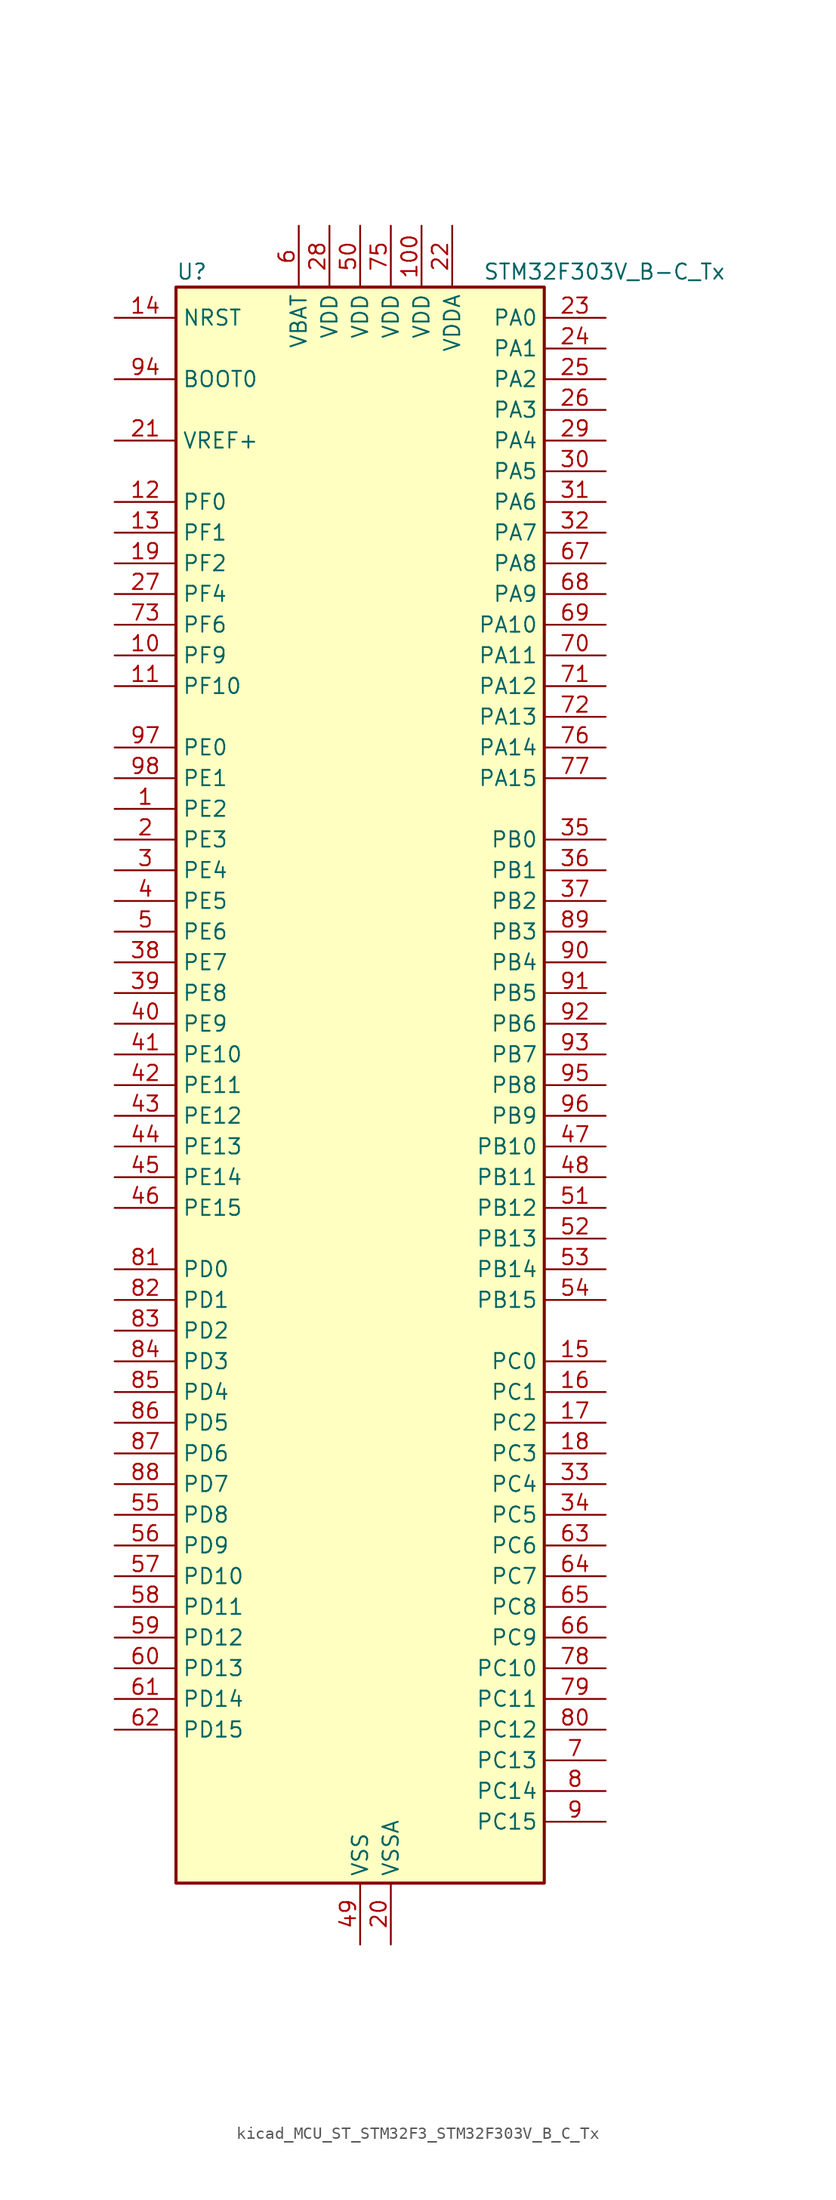
<source format=kicad_sym>
(kicad_symbol_lib
  (version 20220914)
  (generator kicad_symbol_editor)
  (symbol "kicad_MCU_ST_STM32F3_STM32F303V_B_C_Tx"
    (property "Reference" "U"
      (at -15.24 67.31 0)
      (effects (font (size 1.27 1.27)) (justify left)))
    (property "Value" "STM32F303V_B-C_Tx"
      (at 10.16 67.31 0)
      (effects (font (size 1.27 1.27)) (justify left)))
    (property "ki_locked" ""
      (at 0 0 0)
      (effects (font (size 1.27 1.27))))
    (symbol "kicad_MCU_ST_STM32F3_STM32F303V_B_C_Tx_0_1"
      (rectangle (start -15.24 -66.04) (end 15.24 66.04) (stroke (width 0.254) (type default)) (fill (type background))))
    (symbol "kicad_MCU_ST_STM32F3_STM32F303V_B_C_Tx_1_1"
      (pin bidirectional line (at -20.32 22.86 0) (length 5.08) (name "PE2" (effects (font (size 1.27 1.27)))) (number "1" (effects (font (size 1.27 1.27)))) (alternate "ADC3_EXTI2" bidirectional line) (alternate "ADC4_EXTI2" bidirectional line) (alternate "SYS_TRACECK" bidirectional line) (alternate "TIM3_CH1" bidirectional line) (alternate "TSC_G7_IO1" bidirectional line))
      (pin bidirectional line (at -20.32 35.56 0) (length 5.08) (name "PF9" (effects (font (size 1.27 1.27)))) (number "10" (effects (font (size 1.27 1.27)))) (alternate "DAC_EXTI9" bidirectional line) (alternate "SPI2_SCK" bidirectional line) (alternate "TIM15_CH1" bidirectional line))
      (pin power_in line (at 5.08 71.12 270) (length 5.08) (name "VDD" (effects (font (size 1.27 1.27)))) (number "100" (effects (font (size 1.27 1.27)))))
      (pin bidirectional line (at -20.32 33.02 0) (length 5.08) (name "PF10" (effects (font (size 1.27 1.27)))) (number "11" (effects (font (size 1.27 1.27)))) (alternate "SPI2_SCK" bidirectional line) (alternate "TIM15_CH2" bidirectional line))
      (pin bidirectional line (at -20.32 48.26 0) (length 5.08) (name "PF0" (effects (font (size 1.27 1.27)))) (number "12" (effects (font (size 1.27 1.27)))) (alternate "I2C2_SDA" bidirectional line) (alternate "RCC_OSC_IN" bidirectional line) (alternate "TIM1_CH3N" bidirectional line))
      (pin bidirectional line (at -20.32 45.72 0) (length 5.08) (name "PF1" (effects (font (size 1.27 1.27)))) (number "13" (effects (font (size 1.27 1.27)))) (alternate "I2C2_SCL" bidirectional line) (alternate "RCC_OSC_OUT" bidirectional line))
      (pin input line (at -20.32 63.5 0) (length 5.08) (name "NRST" (effects (font (size 1.27 1.27)))) (number "14" (effects (font (size 1.27 1.27)))))
      (pin bidirectional line (at 20.32 -22.86 180) (length 5.08) (name "PC0" (effects (font (size 1.27 1.27)))) (number "15" (effects (font (size 1.27 1.27)))) (alternate "ADC1_IN6" bidirectional line) (alternate "ADC2_IN6" bidirectional line) (alternate "COMP7_INM" bidirectional line))
      (pin bidirectional line (at 20.32 -25.4 180) (length 5.08) (name "PC1" (effects (font (size 1.27 1.27)))) (number "16" (effects (font (size 1.27 1.27)))) (alternate "ADC1_IN7" bidirectional line) (alternate "ADC2_IN7" bidirectional line) (alternate "COMP7_INP" bidirectional line))
      (pin bidirectional line (at 20.32 -27.94 180) (length 5.08) (name "PC2" (effects (font (size 1.27 1.27)))) (number "17" (effects (font (size 1.27 1.27)))) (alternate "ADC1_IN8" bidirectional line) (alternate "ADC2_IN8" bidirectional line) (alternate "ADC3_EXTI2" bidirectional line) (alternate "ADC4_EXTI2" bidirectional line) (alternate "COMP7_OUT" bidirectional line))
      (pin bidirectional line (at 20.32 -30.48 180) (length 5.08) (name "PC3" (effects (font (size 1.27 1.27)))) (number "18" (effects (font (size 1.27 1.27)))) (alternate "ADC1_IN9" bidirectional line) (alternate "ADC2_IN9" bidirectional line) (alternate "TIM1_BKIN2" bidirectional line))
      (pin bidirectional line (at -20.32 43.18 0) (length 5.08) (name "PF2" (effects (font (size 1.27 1.27)))) (number "19" (effects (font (size 1.27 1.27)))) (alternate "ADC1_IN10" bidirectional line) (alternate "ADC2_IN10" bidirectional line) (alternate "ADC3_EXTI2" bidirectional line) (alternate "ADC4_EXTI2" bidirectional line))
      (pin bidirectional line (at -20.32 20.32 0) (length 5.08) (name "PE3" (effects (font (size 1.27 1.27)))) (number "2" (effects (font (size 1.27 1.27)))) (alternate "SYS_TRACED0" bidirectional line) (alternate "TIM3_CH2" bidirectional line) (alternate "TSC_G7_IO2" bidirectional line))
      (pin power_in line (at 2.54 -71.12 90) (length 5.08) (name "VSSA" (effects (font (size 1.27 1.27)))) (number "20" (effects (font (size 1.27 1.27)))))
      (pin input line (at -20.32 53.34 0) (length 5.08) (name "VREF+" (effects (font (size 1.27 1.27)))) (number "21" (effects (font (size 1.27 1.27)))))
      (pin power_in line (at 7.62 71.12 270) (length 5.08) (name "VDDA" (effects (font (size 1.27 1.27)))) (number "22" (effects (font (size 1.27 1.27)))))
      (pin bidirectional line (at 20.32 63.5 180) (length 5.08) (name "PA0" (effects (font (size 1.27 1.27)))) (number "23" (effects (font (size 1.27 1.27)))) (alternate "ADC1_IN1" bidirectional line) (alternate "COMP1_INM" bidirectional line) (alternate "COMP1_OUT" bidirectional line) (alternate "COMP7_INP" bidirectional line) (alternate "RTC_TAMP2" bidirectional line) (alternate "SYS_WKUP1" bidirectional line) (alternate "TIM2_CH1" bidirectional line) (alternate "TIM2_ETR" bidirectional line) (alternate "TIM8_BKIN" bidirectional line) (alternate "TIM8_ETR" bidirectional line) (alternate "TSC_G1_IO1" bidirectional line) (alternate "USART2_CTS" bidirectional line))
      (pin bidirectional line (at 20.32 60.96 180) (length 5.08) (name "PA1" (effects (font (size 1.27 1.27)))) (number "24" (effects (font (size 1.27 1.27)))) (alternate "ADC1_IN2" bidirectional line) (alternate "COMP1_INP" bidirectional line) (alternate "OPAMP1_VINP" bidirectional line) (alternate "OPAMP1_VINP_SEC" bidirectional line) (alternate "OPAMP3_VINP" bidirectional line) (alternate "OPAMP3_VINP_SEC" bidirectional line) (alternate "RTC_REFIN" bidirectional line) (alternate "TIM15_CH1N" bidirectional line) (alternate "TIM2_CH2" bidirectional line) (alternate "TSC_G1_IO2" bidirectional line) (alternate "USART2_DE" bidirectional line) (alternate "USART2_RTS" bidirectional line))
      (pin bidirectional line (at 20.32 58.42 180) (length 5.08) (name "PA2" (effects (font (size 1.27 1.27)))) (number "25" (effects (font (size 1.27 1.27)))) (alternate "ADC1_IN3" bidirectional line) (alternate "ADC3_EXTI2" bidirectional line) (alternate "ADC4_EXTI2" bidirectional line) (alternate "COMP2_INM" bidirectional line) (alternate "COMP2_OUT" bidirectional line) (alternate "OPAMP1_VOUT" bidirectional line) (alternate "TIM15_CH1" bidirectional line) (alternate "TIM2_CH3" bidirectional line) (alternate "TSC_G1_IO3" bidirectional line) (alternate "USART2_TX" bidirectional line))
      (pin bidirectional line (at 20.32 55.88 180) (length 5.08) (name "PA3" (effects (font (size 1.27 1.27)))) (number "26" (effects (font (size 1.27 1.27)))) (alternate "ADC1_IN4" bidirectional line) (alternate "COMP2_INP" bidirectional line) (alternate "OPAMP1_VINM" bidirectional line) (alternate "OPAMP1_VINM_SEC" bidirectional line) (alternate "OPAMP1_VINP" bidirectional line) (alternate "OPAMP1_VINP_SEC" bidirectional line) (alternate "TIM15_CH2" bidirectional line) (alternate "TIM2_CH4" bidirectional line) (alternate "TSC_G1_IO4" bidirectional line) (alternate "USART2_RX" bidirectional line))
      (pin bidirectional line (at -20.32 40.64 0) (length 5.08) (name "PF4" (effects (font (size 1.27 1.27)))) (number "27" (effects (font (size 1.27 1.27)))) (alternate "ADC1_IN5" bidirectional line) (alternate "COMP1_OUT" bidirectional line))
      (pin power_in line (at -2.54 71.12 270) (length 5.08) (name "VDD" (effects (font (size 1.27 1.27)))) (number "28" (effects (font (size 1.27 1.27)))))
      (pin bidirectional line (at 20.32 53.34 180) (length 5.08) (name "PA4" (effects (font (size 1.27 1.27)))) (number "29" (effects (font (size 1.27 1.27)))) (alternate "ADC2_IN1" bidirectional line) (alternate "COMP1_INM" bidirectional line) (alternate "COMP2_INM" bidirectional line) (alternate "COMP3_INM" bidirectional line) (alternate "COMP4_INM" bidirectional line) (alternate "COMP5_INM" bidirectional line) (alternate "COMP6_INM" bidirectional line) (alternate "COMP7_INM" bidirectional line) (alternate "DAC_OUT1" bidirectional line) (alternate "I2S3_WS" bidirectional line) (alternate "OPAMP4_VINP" bidirectional line) (alternate "OPAMP4_VINP_SEC" bidirectional line) (alternate "SPI1_NSS" bidirectional line) (alternate "SPI3_NSS" bidirectional line) (alternate "TIM3_CH2" bidirectional line) (alternate "TSC_G2_IO1" bidirectional line) (alternate "USART2_CK" bidirectional line))
      (pin bidirectional line (at -20.32 17.78 0) (length 5.08) (name "PE4" (effects (font (size 1.27 1.27)))) (number "3" (effects (font (size 1.27 1.27)))) (alternate "SYS_TRACED1" bidirectional line) (alternate "TIM3_CH3" bidirectional line) (alternate "TSC_G7_IO3" bidirectional line))
      (pin bidirectional line (at 20.32 50.8 180) (length 5.08) (name "PA5" (effects (font (size 1.27 1.27)))) (number "30" (effects (font (size 1.27 1.27)))) (alternate "ADC2_IN2" bidirectional line) (alternate "COMP1_INM" bidirectional line) (alternate "COMP2_INM" bidirectional line) (alternate "COMP3_INM" bidirectional line) (alternate "COMP4_INM" bidirectional line) (alternate "COMP5_INM" bidirectional line) (alternate "COMP6_INM" bidirectional line) (alternate "COMP7_INM" bidirectional line) (alternate "DAC_OUT2" bidirectional line) (alternate "OPAMP1_VINP" bidirectional line) (alternate "OPAMP1_VINP_SEC" bidirectional line) (alternate "OPAMP2_VINM" bidirectional line) (alternate "OPAMP2_VINM_SEC" bidirectional line) (alternate "OPAMP3_VINP" bidirectional line) (alternate "OPAMP3_VINP_SEC" bidirectional line) (alternate "SPI1_SCK" bidirectional line) (alternate "TIM2_CH1" bidirectional line) (alternate "TIM2_ETR" bidirectional line) (alternate "TSC_G2_IO2" bidirectional line))
      (pin bidirectional line (at 20.32 48.26 180) (length 5.08) (name "PA6" (effects (font (size 1.27 1.27)))) (number "31" (effects (font (size 1.27 1.27)))) (alternate "ADC2_IN3" bidirectional line) (alternate "COMP1_OUT" bidirectional line) (alternate "OPAMP2_VOUT" bidirectional line) (alternate "SPI1_MISO" bidirectional line) (alternate "TIM16_CH1" bidirectional line) (alternate "TIM1_BKIN" bidirectional line) (alternate "TIM3_CH1" bidirectional line) (alternate "TIM8_BKIN" bidirectional line) (alternate "TSC_G2_IO3" bidirectional line))
      (pin bidirectional line (at 20.32 45.72 180) (length 5.08) (name "PA7" (effects (font (size 1.27 1.27)))) (number "32" (effects (font (size 1.27 1.27)))) (alternate "ADC2_IN4" bidirectional line) (alternate "COMP2_INP" bidirectional line) (alternate "COMP2_OUT" bidirectional line) (alternate "OPAMP1_VINP" bidirectional line) (alternate "OPAMP1_VINP_SEC" bidirectional line) (alternate "OPAMP2_VINP" bidirectional line) (alternate "OPAMP2_VINP_SEC" bidirectional line) (alternate "SPI1_MOSI" bidirectional line) (alternate "TIM17_CH1" bidirectional line) (alternate "TIM1_CH1N" bidirectional line) (alternate "TIM3_CH2" bidirectional line) (alternate "TIM8_CH1N" bidirectional line) (alternate "TSC_G2_IO4" bidirectional line))
      (pin bidirectional line (at 20.32 -33.02 180) (length 5.08) (name "PC4" (effects (font (size 1.27 1.27)))) (number "33" (effects (font (size 1.27 1.27)))) (alternate "ADC2_IN5" bidirectional line) (alternate "USART1_TX" bidirectional line))
      (pin bidirectional line (at 20.32 -35.56 180) (length 5.08) (name "PC5" (effects (font (size 1.27 1.27)))) (number "34" (effects (font (size 1.27 1.27)))) (alternate "ADC2_IN11" bidirectional line) (alternate "OPAMP1_VINM" bidirectional line) (alternate "OPAMP1_VINM_SEC" bidirectional line) (alternate "OPAMP2_VINM" bidirectional line) (alternate "OPAMP2_VINM_SEC" bidirectional line) (alternate "TSC_G3_IO1" bidirectional line) (alternate "USART1_RX" bidirectional line))
      (pin bidirectional line (at 20.32 20.32 180) (length 5.08) (name "PB0" (effects (font (size 1.27 1.27)))) (number "35" (effects (font (size 1.27 1.27)))) (alternate "ADC3_IN12" bidirectional line) (alternate "COMP4_INP" bidirectional line) (alternate "OPAMP2_VINP" bidirectional line) (alternate "OPAMP2_VINP_SEC" bidirectional line) (alternate "OPAMP3_VINP" bidirectional line) (alternate "OPAMP3_VINP_SEC" bidirectional line) (alternate "TIM1_CH2N" bidirectional line) (alternate "TIM3_CH3" bidirectional line) (alternate "TIM8_CH2N" bidirectional line) (alternate "TSC_G3_IO2" bidirectional line))
      (pin bidirectional line (at 20.32 17.78 180) (length 5.08) (name "PB1" (effects (font (size 1.27 1.27)))) (number "36" (effects (font (size 1.27 1.27)))) (alternate "ADC3_IN1" bidirectional line) (alternate "COMP4_OUT" bidirectional line) (alternate "OPAMP3_VOUT" bidirectional line) (alternate "TIM1_CH3N" bidirectional line) (alternate "TIM3_CH4" bidirectional line) (alternate "TIM8_CH3N" bidirectional line) (alternate "TSC_G3_IO3" bidirectional line))
      (pin bidirectional line (at 20.32 15.24 180) (length 5.08) (name "PB2" (effects (font (size 1.27 1.27)))) (number "37" (effects (font (size 1.27 1.27)))) (alternate "ADC2_IN12" bidirectional line) (alternate "ADC3_EXTI2" bidirectional line) (alternate "ADC4_EXTI2" bidirectional line) (alternate "COMP4_INM" bidirectional line) (alternate "OPAMP3_VINM" bidirectional line) (alternate "OPAMP3_VINM_SEC" bidirectional line) (alternate "TSC_G3_IO4" bidirectional line))
      (pin bidirectional line (at -20.32 10.16 0) (length 5.08) (name "PE7" (effects (font (size 1.27 1.27)))) (number "38" (effects (font (size 1.27 1.27)))) (alternate "ADC3_IN13" bidirectional line) (alternate "COMP4_INP" bidirectional line) (alternate "TIM1_ETR" bidirectional line))
      (pin bidirectional line (at -20.32 7.62 0) (length 5.08) (name "PE8" (effects (font (size 1.27 1.27)))) (number "39" (effects (font (size 1.27 1.27)))) (alternate "ADC3_IN6" bidirectional line) (alternate "ADC4_IN6" bidirectional line) (alternate "COMP4_INM" bidirectional line) (alternate "TIM1_CH1N" bidirectional line))
      (pin bidirectional line (at -20.32 15.24 0) (length 5.08) (name "PE5" (effects (font (size 1.27 1.27)))) (number "4" (effects (font (size 1.27 1.27)))) (alternate "SYS_TRACED2" bidirectional line) (alternate "TIM3_CH4" bidirectional line) (alternate "TSC_G7_IO4" bidirectional line))
      (pin bidirectional line (at -20.32 5.08 0) (length 5.08) (name "PE9" (effects (font (size 1.27 1.27)))) (number "40" (effects (font (size 1.27 1.27)))) (alternate "ADC3_IN2" bidirectional line) (alternate "DAC_EXTI9" bidirectional line) (alternate "TIM1_CH1" bidirectional line))
      (pin bidirectional line (at -20.32 2.54 0) (length 5.08) (name "PE10" (effects (font (size 1.27 1.27)))) (number "41" (effects (font (size 1.27 1.27)))) (alternate "ADC3_IN14" bidirectional line) (alternate "TIM1_CH2N" bidirectional line))
      (pin bidirectional line (at -20.32 0 0) (length 5.08) (name "PE11" (effects (font (size 1.27 1.27)))) (number "42" (effects (font (size 1.27 1.27)))) (alternate "ADC1_EXTI11" bidirectional line) (alternate "ADC2_EXTI11" bidirectional line) (alternate "ADC3_IN15" bidirectional line) (alternate "TIM1_CH2" bidirectional line))
      (pin bidirectional line (at -20.32 -2.54 0) (length 5.08) (name "PE12" (effects (font (size 1.27 1.27)))) (number "43" (effects (font (size 1.27 1.27)))) (alternate "ADC3_IN16" bidirectional line) (alternate "TIM1_CH3N" bidirectional line))
      (pin bidirectional line (at -20.32 -5.08 0) (length 5.08) (name "PE13" (effects (font (size 1.27 1.27)))) (number "44" (effects (font (size 1.27 1.27)))) (alternate "ADC3_IN3" bidirectional line) (alternate "TIM1_CH3" bidirectional line))
      (pin bidirectional line (at -20.32 -7.62 0) (length 5.08) (name "PE14" (effects (font (size 1.27 1.27)))) (number "45" (effects (font (size 1.27 1.27)))) (alternate "ADC4_IN1" bidirectional line) (alternate "TIM1_BKIN2" bidirectional line) (alternate "TIM1_CH4" bidirectional line))
      (pin bidirectional line (at -20.32 -10.16 0) (length 5.08) (name "PE15" (effects (font (size 1.27 1.27)))) (number "46" (effects (font (size 1.27 1.27)))) (alternate "ADC1_EXTI15" bidirectional line) (alternate "ADC2_EXTI15" bidirectional line) (alternate "ADC4_IN2" bidirectional line) (alternate "TIM1_BKIN" bidirectional line) (alternate "USART3_RX" bidirectional line))
      (pin bidirectional line (at 20.32 -5.08 180) (length 5.08) (name "PB10" (effects (font (size 1.27 1.27)))) (number "47" (effects (font (size 1.27 1.27)))) (alternate "COMP5_INM" bidirectional line) (alternate "OPAMP3_VINM" bidirectional line) (alternate "OPAMP3_VINM_SEC" bidirectional line) (alternate "OPAMP4_VINM" bidirectional line) (alternate "OPAMP4_VINM_SEC" bidirectional line) (alternate "TIM2_CH3" bidirectional line) (alternate "TSC_SYNC" bidirectional line) (alternate "USART3_TX" bidirectional line))
      (pin bidirectional line (at 20.32 -7.62 180) (length 5.08) (name "PB11" (effects (font (size 1.27 1.27)))) (number "48" (effects (font (size 1.27 1.27)))) (alternate "ADC1_EXTI11" bidirectional line) (alternate "ADC2_EXTI11" bidirectional line) (alternate "COMP6_INP" bidirectional line) (alternate "OPAMP4_VINP" bidirectional line) (alternate "OPAMP4_VINP_SEC" bidirectional line) (alternate "TIM2_CH4" bidirectional line) (alternate "TSC_G6_IO1" bidirectional line) (alternate "USART3_RX" bidirectional line))
      (pin power_in line (at 0 -71.12 90) (length 5.08) (name "VSS" (effects (font (size 1.27 1.27)))) (number "49" (effects (font (size 1.27 1.27)))))
      (pin bidirectional line (at -20.32 12.7 0) (length 5.08) (name "PE6" (effects (font (size 1.27 1.27)))) (number "5" (effects (font (size 1.27 1.27)))) (alternate "RTC_TAMP3" bidirectional line) (alternate "SYS_TRACED3" bidirectional line) (alternate "SYS_WKUP3" bidirectional line))
      (pin power_in line (at 0 71.12 270) (length 5.08) (name "VDD" (effects (font (size 1.27 1.27)))) (number "50" (effects (font (size 1.27 1.27)))))
      (pin bidirectional line (at 20.32 -10.16 180) (length 5.08) (name "PB12" (effects (font (size 1.27 1.27)))) (number "51" (effects (font (size 1.27 1.27)))) (alternate "ADC4_IN3" bidirectional line) (alternate "COMP3_INM" bidirectional line) (alternate "I2C2_SMBA" bidirectional line) (alternate "I2S2_WS" bidirectional line) (alternate "OPAMP4_VOUT" bidirectional line) (alternate "SPI2_NSS" bidirectional line) (alternate "TIM1_BKIN" bidirectional line) (alternate "TSC_G6_IO2" bidirectional line) (alternate "USART3_CK" bidirectional line))
      (pin bidirectional line (at 20.32 -12.7 180) (length 5.08) (name "PB13" (effects (font (size 1.27 1.27)))) (number "52" (effects (font (size 1.27 1.27)))) (alternate "ADC3_IN5" bidirectional line) (alternate "COMP5_INP" bidirectional line) (alternate "I2S2_CK" bidirectional line) (alternate "OPAMP3_VINP" bidirectional line) (alternate "OPAMP3_VINP_SEC" bidirectional line) (alternate "OPAMP4_VINP" bidirectional line) (alternate "OPAMP4_VINP_SEC" bidirectional line) (alternate "SPI2_SCK" bidirectional line) (alternate "TIM1_CH1N" bidirectional line) (alternate "TSC_G6_IO3" bidirectional line) (alternate "USART3_CTS" bidirectional line))
      (pin bidirectional line (at 20.32 -15.24 180) (length 5.08) (name "PB14" (effects (font (size 1.27 1.27)))) (number "53" (effects (font (size 1.27 1.27)))) (alternate "ADC4_IN4" bidirectional line) (alternate "COMP3_INP" bidirectional line) (alternate "I2S2_ext_SD" bidirectional line) (alternate "OPAMP2_VINP" bidirectional line) (alternate "OPAMP2_VINP_SEC" bidirectional line) (alternate "SPI2_MISO" bidirectional line) (alternate "TIM15_CH1" bidirectional line) (alternate "TIM1_CH2N" bidirectional line) (alternate "TSC_G6_IO4" bidirectional line) (alternate "USART3_DE" bidirectional line) (alternate "USART3_RTS" bidirectional line))
      (pin bidirectional line (at 20.32 -17.78 180) (length 5.08) (name "PB15" (effects (font (size 1.27 1.27)))) (number "54" (effects (font (size 1.27 1.27)))) (alternate "ADC1_EXTI15" bidirectional line) (alternate "ADC2_EXTI15" bidirectional line) (alternate "ADC4_IN5" bidirectional line) (alternate "COMP6_INM" bidirectional line) (alternate "I2S2_SD" bidirectional line) (alternate "RTC_REFIN" bidirectional line) (alternate "SPI2_MOSI" bidirectional line) (alternate "TIM15_CH1N" bidirectional line) (alternate "TIM15_CH2" bidirectional line) (alternate "TIM1_CH3N" bidirectional line))
      (pin bidirectional line (at -20.32 -35.56 0) (length 5.08) (name "PD8" (effects (font (size 1.27 1.27)))) (number "55" (effects (font (size 1.27 1.27)))) (alternate "ADC4_IN12" bidirectional line) (alternate "OPAMP4_VINM" bidirectional line) (alternate "OPAMP4_VINM_SEC" bidirectional line) (alternate "USART3_TX" bidirectional line))
      (pin bidirectional line (at -20.32 -38.1 0) (length 5.08) (name "PD9" (effects (font (size 1.27 1.27)))) (number "56" (effects (font (size 1.27 1.27)))) (alternate "ADC4_IN13" bidirectional line) (alternate "DAC_EXTI9" bidirectional line) (alternate "USART3_RX" bidirectional line))
      (pin bidirectional line (at -20.32 -40.64 0) (length 5.08) (name "PD10" (effects (font (size 1.27 1.27)))) (number "57" (effects (font (size 1.27 1.27)))) (alternate "ADC3_IN7" bidirectional line) (alternate "ADC4_IN7" bidirectional line) (alternate "COMP6_INM" bidirectional line) (alternate "USART3_CK" bidirectional line))
      (pin bidirectional line (at -20.32 -43.18 0) (length 5.08) (name "PD11" (effects (font (size 1.27 1.27)))) (number "58" (effects (font (size 1.27 1.27)))) (alternate "ADC1_EXTI11" bidirectional line) (alternate "ADC2_EXTI11" bidirectional line) (alternate "ADC3_IN8" bidirectional line) (alternate "ADC4_IN8" bidirectional line) (alternate "COMP6_INP" bidirectional line) (alternate "OPAMP4_VINP" bidirectional line) (alternate "OPAMP4_VINP_SEC" bidirectional line) (alternate "USART3_CTS" bidirectional line))
      (pin bidirectional line (at -20.32 -45.72 0) (length 5.08) (name "PD12" (effects (font (size 1.27 1.27)))) (number "59" (effects (font (size 1.27 1.27)))) (alternate "ADC3_IN9" bidirectional line) (alternate "ADC4_IN9" bidirectional line) (alternate "COMP5_INP" bidirectional line) (alternate "TIM4_CH1" bidirectional line) (alternate "TSC_G8_IO1" bidirectional line) (alternate "USART3_DE" bidirectional line) (alternate "USART3_RTS" bidirectional line))
      (pin power_in line (at -5.08 71.12 270) (length 5.08) (name "VBAT" (effects (font (size 1.27 1.27)))) (number "6" (effects (font (size 1.27 1.27)))))
      (pin bidirectional line (at -20.32 -48.26 0) (length 5.08) (name "PD13" (effects (font (size 1.27 1.27)))) (number "60" (effects (font (size 1.27 1.27)))) (alternate "ADC3_IN10" bidirectional line) (alternate "ADC4_IN10" bidirectional line) (alternate "COMP5_INM" bidirectional line) (alternate "TIM4_CH2" bidirectional line) (alternate "TSC_G8_IO2" bidirectional line))
      (pin bidirectional line (at -20.32 -50.8 0) (length 5.08) (name "PD14" (effects (font (size 1.27 1.27)))) (number "61" (effects (font (size 1.27 1.27)))) (alternate "ADC3_IN11" bidirectional line) (alternate "ADC4_IN11" bidirectional line) (alternate "COMP3_INP" bidirectional line) (alternate "OPAMP2_VINP" bidirectional line) (alternate "OPAMP2_VINP_SEC" bidirectional line) (alternate "TIM4_CH3" bidirectional line) (alternate "TSC_G8_IO3" bidirectional line))
      (pin bidirectional line (at -20.32 -53.34 0) (length 5.08) (name "PD15" (effects (font (size 1.27 1.27)))) (number "62" (effects (font (size 1.27 1.27)))) (alternate "ADC1_EXTI15" bidirectional line) (alternate "ADC2_EXTI15" bidirectional line) (alternate "COMP3_INM" bidirectional line) (alternate "SPI2_NSS" bidirectional line) (alternate "TIM4_CH4" bidirectional line) (alternate "TSC_G8_IO4" bidirectional line))
      (pin bidirectional line (at 20.32 -38.1 180) (length 5.08) (name "PC6" (effects (font (size 1.27 1.27)))) (number "63" (effects (font (size 1.27 1.27)))) (alternate "COMP6_OUT" bidirectional line) (alternate "I2S2_MCK" bidirectional line) (alternate "TIM3_CH1" bidirectional line) (alternate "TIM8_CH1" bidirectional line))
      (pin bidirectional line (at 20.32 -40.64 180) (length 5.08) (name "PC7" (effects (font (size 1.27 1.27)))) (number "64" (effects (font (size 1.27 1.27)))) (alternate "COMP5_OUT" bidirectional line) (alternate "I2S3_MCK" bidirectional line) (alternate "TIM3_CH2" bidirectional line) (alternate "TIM8_CH2" bidirectional line))
      (pin bidirectional line (at 20.32 -43.18 180) (length 5.08) (name "PC8" (effects (font (size 1.27 1.27)))) (number "65" (effects (font (size 1.27 1.27)))) (alternate "COMP3_OUT" bidirectional line) (alternate "TIM3_CH3" bidirectional line) (alternate "TIM8_CH3" bidirectional line))
      (pin bidirectional line (at 20.32 -45.72 180) (length 5.08) (name "PC9" (effects (font (size 1.27 1.27)))) (number "66" (effects (font (size 1.27 1.27)))) (alternate "DAC_EXTI9" bidirectional line) (alternate "I2S_CKIN" bidirectional line) (alternate "TIM3_CH4" bidirectional line) (alternate "TIM8_BKIN2" bidirectional line) (alternate "TIM8_CH4" bidirectional line))
      (pin bidirectional line (at 20.32 43.18 180) (length 5.08) (name "PA8" (effects (font (size 1.27 1.27)))) (number "67" (effects (font (size 1.27 1.27)))) (alternate "COMP3_OUT" bidirectional line) (alternate "I2C2_SMBA" bidirectional line) (alternate "I2S2_MCK" bidirectional line) (alternate "RCC_MCO" bidirectional line) (alternate "TIM1_CH1" bidirectional line) (alternate "TIM4_ETR" bidirectional line) (alternate "USART1_CK" bidirectional line))
      (pin bidirectional line (at 20.32 40.64 180) (length 5.08) (name "PA9" (effects (font (size 1.27 1.27)))) (number "68" (effects (font (size 1.27 1.27)))) (alternate "COMP5_OUT" bidirectional line) (alternate "DAC_EXTI9" bidirectional line) (alternate "I2C2_SCL" bidirectional line) (alternate "I2S3_MCK" bidirectional line) (alternate "TIM15_BKIN" bidirectional line) (alternate "TIM1_CH2" bidirectional line) (alternate "TIM2_CH3" bidirectional line) (alternate "TSC_G4_IO1" bidirectional line) (alternate "USART1_TX" bidirectional line))
      (pin bidirectional line (at 20.32 38.1 180) (length 5.08) (name "PA10" (effects (font (size 1.27 1.27)))) (number "69" (effects (font (size 1.27 1.27)))) (alternate "COMP6_OUT" bidirectional line) (alternate "I2C2_SDA" bidirectional line) (alternate "TIM17_BKIN" bidirectional line) (alternate "TIM1_CH3" bidirectional line) (alternate "TIM2_CH4" bidirectional line) (alternate "TIM8_BKIN" bidirectional line) (alternate "TSC_G4_IO2" bidirectional line) (alternate "USART1_RX" bidirectional line))
      (pin bidirectional line (at 20.32 -55.88 180) (length 5.08) (name "PC13" (effects (font (size 1.27 1.27)))) (number "7" (effects (font (size 1.27 1.27)))) (alternate "RTC_OUT_ALARM" bidirectional line) (alternate "RTC_OUT_CALIB" bidirectional line) (alternate "RTC_TAMP1" bidirectional line) (alternate "RTC_TS" bidirectional line) (alternate "SYS_WKUP2" bidirectional line) (alternate "TIM1_CH1N" bidirectional line))
      (pin bidirectional line (at 20.32 35.56 180) (length 5.08) (name "PA11" (effects (font (size 1.27 1.27)))) (number "70" (effects (font (size 1.27 1.27)))) (alternate "ADC1_EXTI11" bidirectional line) (alternate "ADC2_EXTI11" bidirectional line) (alternate "CAN_RX" bidirectional line) (alternate "COMP1_OUT" bidirectional line) (alternate "TIM1_BKIN2" bidirectional line) (alternate "TIM1_CH1N" bidirectional line) (alternate "TIM1_CH4" bidirectional line) (alternate "TIM4_CH1" bidirectional line) (alternate "USART1_CTS" bidirectional line) (alternate "USB_DM" bidirectional line))
      (pin bidirectional line (at 20.32 33.02 180) (length 5.08) (name "PA12" (effects (font (size 1.27 1.27)))) (number "71" (effects (font (size 1.27 1.27)))) (alternate "CAN_TX" bidirectional line) (alternate "COMP2_OUT" bidirectional line) (alternate "TIM16_CH1" bidirectional line) (alternate "TIM1_CH2N" bidirectional line) (alternate "TIM1_ETR" bidirectional line) (alternate "TIM4_CH2" bidirectional line) (alternate "USART1_DE" bidirectional line) (alternate "USART1_RTS" bidirectional line) (alternate "USB_DP" bidirectional line))
      (pin bidirectional line (at 20.32 30.48 180) (length 5.08) (name "PA13" (effects (font (size 1.27 1.27)))) (number "72" (effects (font (size 1.27 1.27)))) (alternate "IR_OUT" bidirectional line) (alternate "SYS_JTMS-SWDIO" bidirectional line) (alternate "TIM16_CH1N" bidirectional line) (alternate "TIM4_CH3" bidirectional line) (alternate "TSC_G4_IO3" bidirectional line) (alternate "USART3_CTS" bidirectional line))
      (pin bidirectional line (at -20.32 38.1 0) (length 5.08) (name "PF6" (effects (font (size 1.27 1.27)))) (number "73" (effects (font (size 1.27 1.27)))) (alternate "I2C2_SCL" bidirectional line) (alternate "TIM4_CH4" bidirectional line) (alternate "USART3_DE" bidirectional line) (alternate "USART3_RTS" bidirectional line))
      (pin passive line (at 0 -71.12 90) (length 5.08) hide (name "VSS" (effects (font (size 1.27 1.27)))) (number "74" (effects (font (size 1.27 1.27)))))
      (pin power_in line (at 2.54 71.12 270) (length 5.08) (name "VDD" (effects (font (size 1.27 1.27)))) (number "75" (effects (font (size 1.27 1.27)))))
      (pin bidirectional line (at 20.32 27.94 180) (length 5.08) (name "PA14" (effects (font (size 1.27 1.27)))) (number "76" (effects (font (size 1.27 1.27)))) (alternate "I2C1_SDA" bidirectional line) (alternate "SYS_JTCK-SWCLK" bidirectional line) (alternate "TIM1_BKIN" bidirectional line) (alternate "TIM8_CH2" bidirectional line) (alternate "TSC_G4_IO4" bidirectional line) (alternate "USART2_TX" bidirectional line))
      (pin bidirectional line (at 20.32 25.4 180) (length 5.08) (name "PA15" (effects (font (size 1.27 1.27)))) (number "77" (effects (font (size 1.27 1.27)))) (alternate "ADC1_EXTI15" bidirectional line) (alternate "ADC2_EXTI15" bidirectional line) (alternate "I2C1_SCL" bidirectional line) (alternate "I2S3_WS" bidirectional line) (alternate "SPI1_NSS" bidirectional line) (alternate "SPI3_NSS" bidirectional line) (alternate "SYS_JTDI" bidirectional line) (alternate "TIM1_BKIN" bidirectional line) (alternate "TIM2_CH1" bidirectional line) (alternate "TIM2_ETR" bidirectional line) (alternate "TIM8_CH1" bidirectional line) (alternate "USART2_RX" bidirectional line))
      (pin bidirectional line (at 20.32 -48.26 180) (length 5.08) (name "PC10" (effects (font (size 1.27 1.27)))) (number "78" (effects (font (size 1.27 1.27)))) (alternate "I2S3_CK" bidirectional line) (alternate "SPI3_SCK" bidirectional line) (alternate "TIM8_CH1N" bidirectional line) (alternate "UART4_TX" bidirectional line) (alternate "USART3_TX" bidirectional line))
      (pin bidirectional line (at 20.32 -50.8 180) (length 5.08) (name "PC11" (effects (font (size 1.27 1.27)))) (number "79" (effects (font (size 1.27 1.27)))) (alternate "ADC1_EXTI11" bidirectional line) (alternate "ADC2_EXTI11" bidirectional line) (alternate "I2S3_ext_SD" bidirectional line) (alternate "SPI3_MISO" bidirectional line) (alternate "TIM8_CH2N" bidirectional line) (alternate "UART4_RX" bidirectional line) (alternate "USART3_RX" bidirectional line))
      (pin bidirectional line (at 20.32 -58.42 180) (length 5.08) (name "PC14" (effects (font (size 1.27 1.27)))) (number "8" (effects (font (size 1.27 1.27)))) (alternate "RCC_OSC32_IN" bidirectional line))
      (pin bidirectional line (at 20.32 -53.34 180) (length 5.08) (name "PC12" (effects (font (size 1.27 1.27)))) (number "80" (effects (font (size 1.27 1.27)))) (alternate "I2S3_SD" bidirectional line) (alternate "SPI3_MOSI" bidirectional line) (alternate "TIM8_CH3N" bidirectional line) (alternate "UART5_TX" bidirectional line) (alternate "USART3_CK" bidirectional line))
      (pin bidirectional line (at -20.32 -15.24 0) (length 5.08) (name "PD0" (effects (font (size 1.27 1.27)))) (number "81" (effects (font (size 1.27 1.27)))) (alternate "CAN_RX" bidirectional line))
      (pin bidirectional line (at -20.32 -17.78 0) (length 5.08) (name "PD1" (effects (font (size 1.27 1.27)))) (number "82" (effects (font (size 1.27 1.27)))) (alternate "CAN_TX" bidirectional line) (alternate "TIM8_BKIN2" bidirectional line) (alternate "TIM8_CH4" bidirectional line))
      (pin bidirectional line (at -20.32 -20.32 0) (length 5.08) (name "PD2" (effects (font (size 1.27 1.27)))) (number "83" (effects (font (size 1.27 1.27)))) (alternate "ADC3_EXTI2" bidirectional line) (alternate "ADC4_EXTI2" bidirectional line) (alternate "TIM3_ETR" bidirectional line) (alternate "TIM8_BKIN" bidirectional line) (alternate "UART5_RX" bidirectional line))
      (pin bidirectional line (at -20.32 -22.86 0) (length 5.08) (name "PD3" (effects (font (size 1.27 1.27)))) (number "84" (effects (font (size 1.27 1.27)))) (alternate "TIM2_CH1" bidirectional line) (alternate "TIM2_ETR" bidirectional line) (alternate "USART2_CTS" bidirectional line))
      (pin bidirectional line (at -20.32 -25.4 0) (length 5.08) (name "PD4" (effects (font (size 1.27 1.27)))) (number "85" (effects (font (size 1.27 1.27)))) (alternate "TIM2_CH2" bidirectional line) (alternate "USART2_DE" bidirectional line) (alternate "USART2_RTS" bidirectional line))
      (pin bidirectional line (at -20.32 -27.94 0) (length 5.08) (name "PD5" (effects (font (size 1.27 1.27)))) (number "86" (effects (font (size 1.27 1.27)))) (alternate "USART2_TX" bidirectional line))
      (pin bidirectional line (at -20.32 -30.48 0) (length 5.08) (name "PD6" (effects (font (size 1.27 1.27)))) (number "87" (effects (font (size 1.27 1.27)))) (alternate "TIM2_CH4" bidirectional line) (alternate "USART2_RX" bidirectional line))
      (pin bidirectional line (at -20.32 -33.02 0) (length 5.08) (name "PD7" (effects (font (size 1.27 1.27)))) (number "88" (effects (font (size 1.27 1.27)))) (alternate "TIM2_CH3" bidirectional line) (alternate "USART2_CK" bidirectional line))
      (pin bidirectional line (at 20.32 12.7 180) (length 5.08) (name "PB3" (effects (font (size 1.27 1.27)))) (number "89" (effects (font (size 1.27 1.27)))) (alternate "I2S3_CK" bidirectional line) (alternate "SPI1_SCK" bidirectional line) (alternate "SPI3_SCK" bidirectional line) (alternate "SYS_JTDO-TRACESWO" bidirectional line) (alternate "TIM2_CH2" bidirectional line) (alternate "TIM3_ETR" bidirectional line) (alternate "TIM4_ETR" bidirectional line) (alternate "TIM8_CH1N" bidirectional line) (alternate "TSC_G5_IO1" bidirectional line) (alternate "USART2_TX" bidirectional line))
      (pin bidirectional line (at 20.32 -60.96 180) (length 5.08) (name "PC15" (effects (font (size 1.27 1.27)))) (number "9" (effects (font (size 1.27 1.27)))) (alternate "ADC1_EXTI15" bidirectional line) (alternate "ADC2_EXTI15" bidirectional line) (alternate "RCC_OSC32_OUT" bidirectional line))
      (pin bidirectional line (at 20.32 10.16 180) (length 5.08) (name "PB4" (effects (font (size 1.27 1.27)))) (number "90" (effects (font (size 1.27 1.27)))) (alternate "I2S3_ext_SD" bidirectional line) (alternate "SPI1_MISO" bidirectional line) (alternate "SPI3_MISO" bidirectional line) (alternate "SYS_NJTRST" bidirectional line) (alternate "TIM16_CH1" bidirectional line) (alternate "TIM17_BKIN" bidirectional line) (alternate "TIM3_CH1" bidirectional line) (alternate "TIM8_CH2N" bidirectional line) (alternate "TSC_G5_IO2" bidirectional line) (alternate "USART2_RX" bidirectional line))
      (pin bidirectional line (at 20.32 7.62 180) (length 5.08) (name "PB5" (effects (font (size 1.27 1.27)))) (number "91" (effects (font (size 1.27 1.27)))) (alternate "I2C1_SMBA" bidirectional line) (alternate "I2S3_SD" bidirectional line) (alternate "SPI1_MOSI" bidirectional line) (alternate "SPI3_MOSI" bidirectional line) (alternate "TIM16_BKIN" bidirectional line) (alternate "TIM17_CH1" bidirectional line) (alternate "TIM3_CH2" bidirectional line) (alternate "TIM8_CH3N" bidirectional line) (alternate "USART2_CK" bidirectional line))
      (pin bidirectional line (at 20.32 5.08 180) (length 5.08) (name "PB6" (effects (font (size 1.27 1.27)))) (number "92" (effects (font (size 1.27 1.27)))) (alternate "I2C1_SCL" bidirectional line) (alternate "TIM16_CH1N" bidirectional line) (alternate "TIM4_CH1" bidirectional line) (alternate "TIM8_BKIN2" bidirectional line) (alternate "TIM8_CH1" bidirectional line) (alternate "TIM8_ETR" bidirectional line) (alternate "TSC_G5_IO3" bidirectional line) (alternate "USART1_TX" bidirectional line))
      (pin bidirectional line (at 20.32 2.54 180) (length 5.08) (name "PB7" (effects (font (size 1.27 1.27)))) (number "93" (effects (font (size 1.27 1.27)))) (alternate "I2C1_SDA" bidirectional line) (alternate "TIM17_CH1N" bidirectional line) (alternate "TIM3_CH4" bidirectional line) (alternate "TIM4_CH2" bidirectional line) (alternate "TIM8_BKIN" bidirectional line) (alternate "TSC_G5_IO4" bidirectional line) (alternate "USART1_RX" bidirectional line))
      (pin input line (at -20.32 58.42 0) (length 5.08) (name "BOOT0" (effects (font (size 1.27 1.27)))) (number "94" (effects (font (size 1.27 1.27)))))
      (pin bidirectional line (at 20.32 0 180) (length 5.08) (name "PB8" (effects (font (size 1.27 1.27)))) (number "95" (effects (font (size 1.27 1.27)))) (alternate "CAN_RX" bidirectional line) (alternate "COMP1_OUT" bidirectional line) (alternate "I2C1_SCL" bidirectional line) (alternate "TIM16_CH1" bidirectional line) (alternate "TIM1_BKIN" bidirectional line) (alternate "TIM4_CH3" bidirectional line) (alternate "TIM8_CH2" bidirectional line) (alternate "TSC_SYNC" bidirectional line))
      (pin bidirectional line (at 20.32 -2.54 180) (length 5.08) (name "PB9" (effects (font (size 1.27 1.27)))) (number "96" (effects (font (size 1.27 1.27)))) (alternate "CAN_TX" bidirectional line) (alternate "COMP2_OUT" bidirectional line) (alternate "DAC_EXTI9" bidirectional line) (alternate "I2C1_SDA" bidirectional line) (alternate "IR_OUT" bidirectional line) (alternate "TIM17_CH1" bidirectional line) (alternate "TIM4_CH4" bidirectional line) (alternate "TIM8_CH3" bidirectional line))
      (pin bidirectional line (at -20.32 27.94 0) (length 5.08) (name "PE0" (effects (font (size 1.27 1.27)))) (number "97" (effects (font (size 1.27 1.27)))) (alternate "TIM16_CH1" bidirectional line) (alternate "TIM4_ETR" bidirectional line) (alternate "USART1_TX" bidirectional line))
      (pin bidirectional line (at -20.32 25.4 0) (length 5.08) (name "PE1" (effects (font (size 1.27 1.27)))) (number "98" (effects (font (size 1.27 1.27)))) (alternate "TIM17_CH1" bidirectional line) (alternate "USART1_RX" bidirectional line))
      (pin passive line (at 0 -71.12 90) (length 5.08) hide (name "VSS" (effects (font (size 1.27 1.27)))) (number "99" (effects (font (size 1.27 1.27))))))))
</source>
